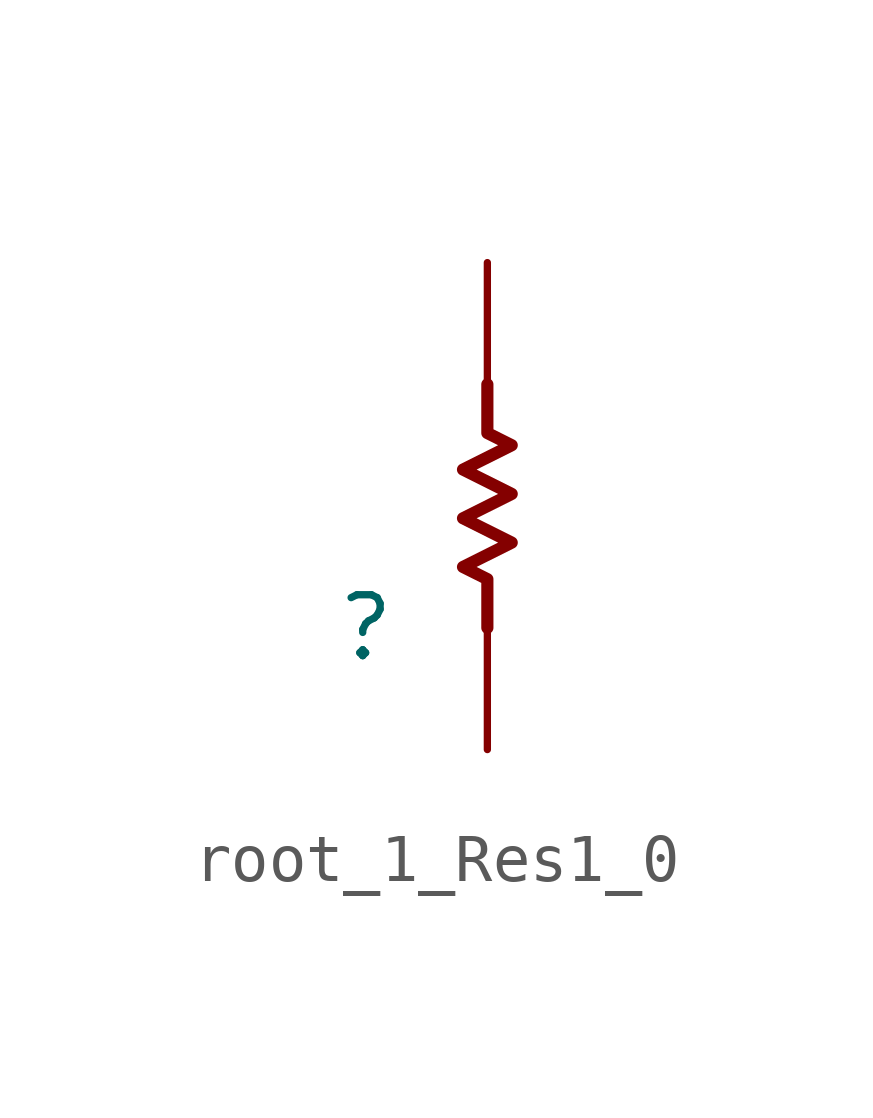
<source format=kicad_sym>
(kicad_symbol_lib
  (version 20231120)
  (generator "kicad_symbol_editor")
  (generator_version "8.0")
  (symbol "root_1_Res1_0"
    (property "Reference" ""
      (at 0 0 0)
      (effects (font (size 1.27 1.27))))
    (property "Value" ""
      (at 0 0 0)
      (effects (font (size 1.27 1.27))))
    (symbol "root_1_Res1_0_1_0"
      (polyline (pts (xy 2.54 5.08) (xy 2.54 4.064) (xy 3.048 3.81) (xy 2.032 3.302) (xy 3.048 2.794) (xy 2.032 2.286) (xy 3.048 1.778) (xy 2.032 1.27) (xy 2.54 1.016) (xy 2.54 0)) (stroke (width 0.254) (type solid)) (fill (type none)))
      (pin passive line (at 2.54 -2.54 90) (length 2.54) (name "1" (effects (font (size 0 0)))) (number "1" (effects (font (size 0 0)))))
      (pin passive line (at 2.54 7.62 270) (length 2.54) (name "2" (effects (font (size 0 0)))) (number "2" (effects (font (size 0 0))))))))
</source>
